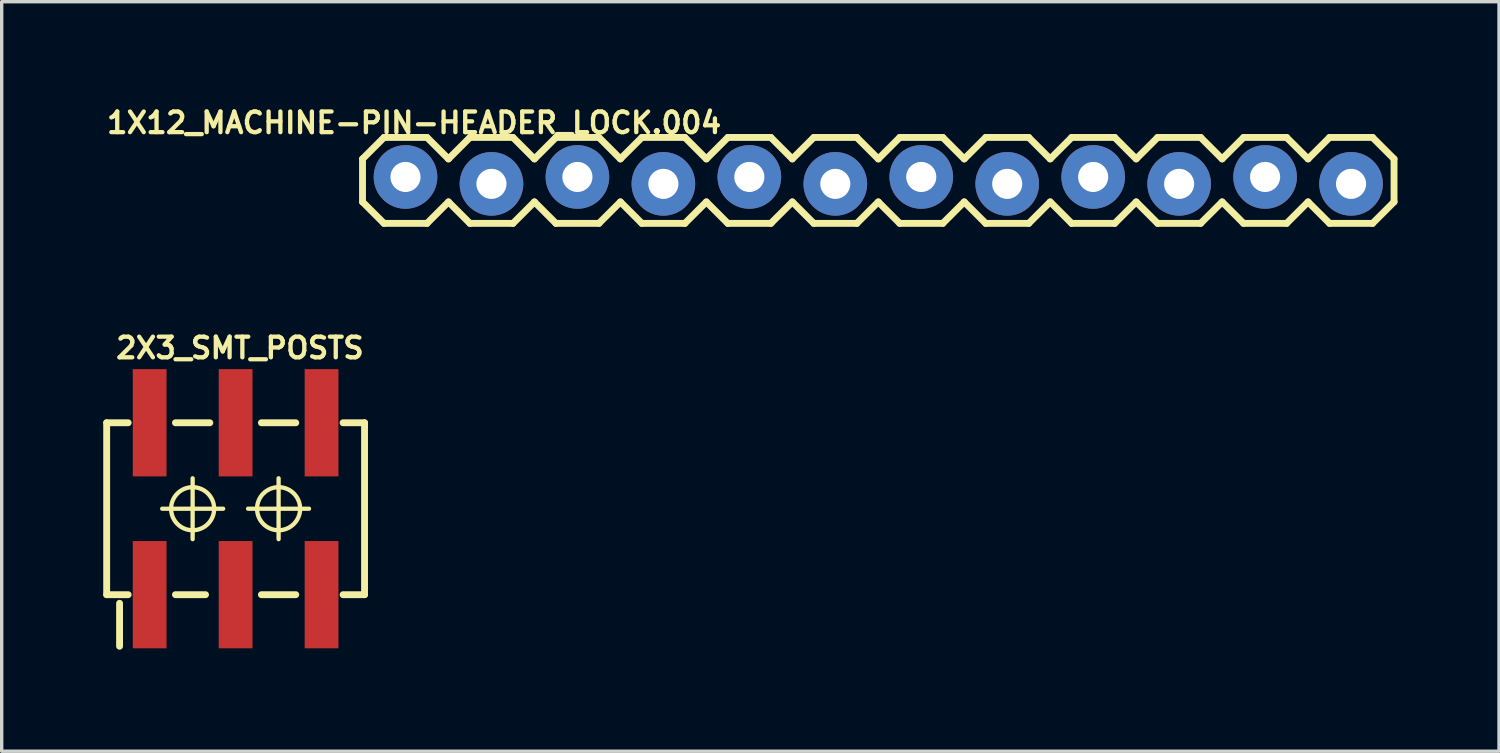
<source format=kicad_pcb>
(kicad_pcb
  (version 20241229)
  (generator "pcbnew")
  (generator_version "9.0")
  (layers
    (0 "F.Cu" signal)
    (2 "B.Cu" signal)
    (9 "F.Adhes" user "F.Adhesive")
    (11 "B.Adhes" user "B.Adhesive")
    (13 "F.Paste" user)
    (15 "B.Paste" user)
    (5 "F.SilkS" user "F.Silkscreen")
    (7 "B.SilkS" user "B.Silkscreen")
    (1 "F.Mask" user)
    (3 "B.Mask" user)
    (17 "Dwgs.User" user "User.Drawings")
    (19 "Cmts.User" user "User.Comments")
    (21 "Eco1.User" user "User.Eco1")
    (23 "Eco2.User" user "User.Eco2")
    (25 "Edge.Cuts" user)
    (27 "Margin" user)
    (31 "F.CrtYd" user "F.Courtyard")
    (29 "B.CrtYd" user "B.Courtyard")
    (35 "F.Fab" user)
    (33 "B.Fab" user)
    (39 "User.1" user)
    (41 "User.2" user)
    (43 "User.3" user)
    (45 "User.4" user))
  (footprint "2X3_SMT_POSTS"
    (layer "F.Cu")
    (at 3.912 11.982)
    (property "Reference" "2X3_SMT_POSTS" (at 0.127 -4.75 0) (layer "F.SilkS") (effects (font (size 0.61 0.61) (thickness 0.127))))
    (attr smd)
    (fp_line (start -3.81 -2.54) (end -3.81 2.54) (stroke (width 0.203) (type solid)) (layer "F.SilkS"))
    (fp_line (start -3.81 2.54) (end -3.175 2.54) (stroke (width 0.203) (type solid)) (layer "F.SilkS"))
    (fp_line (start -3.429 4.064) (end -3.429 2.794) (stroke (width 0.203) (type solid)) (layer "F.SilkS"))
    (fp_line (start -3.175 -2.54) (end -3.81 -2.54) (stroke (width 0.203) (type solid)) (layer "F.SilkS"))
    (fp_line (start -2.169 0) (end -0.368 0) (stroke (width 0.127) (type solid)) (layer "F.SilkS"))
    (fp_line (start -1.778 -2.54) (end -0.762 -2.54) (stroke (width 0.203) (type solid)) (layer "F.SilkS"))
    (fp_line (start -1.778 2.54) (end -0.889 2.54) (stroke (width 0.203) (type solid)) (layer "F.SilkS"))
    (fp_line (start -1.27 0.899) (end -1.27 -0.899) (stroke (width 0.127) (type solid)) (layer "F.SilkS"))
    (fp_line (start 0.368 0) (end 2.169 0) (stroke (width 0.127) (type solid)) (layer "F.SilkS"))
    (fp_line (start 0.762 -2.54) (end 1.778 -2.54) (stroke (width 0.203) (type solid)) (layer "F.SilkS"))
    (fp_line (start 0.762 2.54) (end 1.778 2.54) (stroke (width 0.203) (type solid)) (layer "F.SilkS"))
    (fp_line (start 1.27 0.899) (end 1.27 -0.899) (stroke (width 0.127) (type solid)) (layer "F.SilkS"))
    (fp_line (start 3.175 -2.54) (end 3.81 -2.54) (stroke (width 0.203) (type solid)) (layer "F.SilkS"))
    (fp_line (start 3.81 -2.54) (end 3.81 2.54) (stroke (width 0.203) (type solid)) (layer "F.SilkS"))
    (fp_line (start 3.81 2.54) (end 3.175 2.54) (stroke (width 0.203) (type solid)) (layer "F.SilkS"))
    (fp_circle (center -1.27 0) (end -1.72 0.45) (stroke (width 0.127) (type solid)) (fill no) (layer "F.SilkS"))
    (fp_circle (center 1.27 0) (end 1.72 0.45) (stroke (width 0.127) (type solid)) (fill no) (layer "F.SilkS"))
    (pad "1" smd rect (at -2.54 2.54 90) (size 3.17 0.998) (layers "F.Cu" "F.Mask" "F.Paste"))
    (pad "2" smd rect (at -2.54 -2.54 90) (size 3.17 0.998) (layers "F.Cu" "F.Mask" "F.Paste"))
    (pad "3" smd rect (at 0 2.54 90) (size 3.17 0.998) (layers "F.Cu" "F.Mask" "F.Paste"))
    (pad "4" smd rect (at 0 -2.54 90) (size 3.17 0.998) (layers "F.Cu" "F.Mask" "F.Paste"))
    (pad "5" smd rect (at 2.54 2.54 90) (size 3.17 0.998) (layers "F.Cu" "F.Mask" "F.Paste"))
    (pad "6" smd rect (at 2.54 -2.54 90) (size 3.17 0.998) (layers "F.Cu" "F.Mask" "F.Paste")))
  (footprint "1X12_MACHINE-PIN-HEADER_LOCK.004"
    (layer "F.Cu")
    (at 8.932 2.281)
    (property "Reference" "1X12_MACHINE-PIN-HEADER_LOCK.004" (at 0.254 -1.702 0) (layer "F.SilkS") (effects (font (size 0.61 0.61) (thickness 0.127))))
    (attr exclude_from_pos_files exclude_from_bom)
    (fp_line (start -1.27 -0.635) (end -1.27 0.635) (stroke (width 0.203) (type solid)) (layer "F.SilkS"))
    (fp_line (start -1.27 0.635) (end -0.635 1.27) (stroke (width 0.203) (type solid)) (layer "F.SilkS"))
    (fp_line (start -0.635 -1.27) (end -1.27 -0.635) (stroke (width 0.203) (type solid)) (layer "F.SilkS"))
    (fp_line (start -0.635 -1.27) (end 0.635 -1.27) (stroke (width 0.203) (type solid)) (layer "F.SilkS"))
    (fp_line (start 0.635 -1.27) (end 1.27 -0.635) (stroke (width 0.203) (type solid)) (layer "F.SilkS"))
    (fp_line (start 0.635 1.27) (end -0.635 1.27) (stroke (width 0.203) (type solid)) (layer "F.SilkS"))
    (fp_line (start 1.27 -0.635) (end 1.905 -1.27) (stroke (width 0.203) (type solid)) (layer "F.SilkS"))
    (fp_line (start 1.27 0.635) (end 0.635 1.27) (stroke (width 0.203) (type solid)) (layer "F.SilkS"))
    (fp_line (start 1.905 -1.27) (end 3.175 -1.27) (stroke (width 0.203) (type solid)) (layer "F.SilkS"))
    (fp_line (start 1.905 1.27) (end 1.27 0.635) (stroke (width 0.203) (type solid)) (layer "F.SilkS"))
    (fp_line (start 3.175 -1.27) (end 3.81 -0.635) (stroke (width 0.203) (type solid)) (layer "F.SilkS"))
    (fp_line (start 3.175 1.27) (end 1.905 1.27) (stroke (width 0.203) (type solid)) (layer "F.SilkS"))
    (fp_line (start 3.81 -0.635) (end 4.445 -1.27) (stroke (width 0.203) (type solid)) (layer "F.SilkS"))
    (fp_line (start 3.81 0.635) (end 3.175 1.27) (stroke (width 0.203) (type solid)) (layer "F.SilkS"))
    (fp_line (start 4.445 -1.27) (end 5.715 -1.27) (stroke (width 0.203) (type solid)) (layer "F.SilkS"))
    (fp_line (start 4.445 1.27) (end 3.81 0.635) (stroke (width 0.203) (type solid)) (layer "F.SilkS"))
    (fp_line (start 5.715 -1.27) (end 6.35 -0.635) (stroke (width 0.203) (type solid)) (layer "F.SilkS"))
    (fp_line (start 5.715 1.27) (end 4.445 1.27) (stroke (width 0.203) (type solid)) (layer "F.SilkS"))
    (fp_line (start 6.35 0.635) (end 5.715 1.27) (stroke (width 0.203) (type solid)) (layer "F.SilkS"))
    (fp_line (start 6.35 0.635) (end 6.985 1.27) (stroke (width 0.203) (type solid)) (layer "F.SilkS"))
    (fp_line (start 6.985 -1.27) (end 6.35 -0.635) (stroke (width 0.203) (type solid)) (layer "F.SilkS"))
    (fp_line (start 6.985 -1.27) (end 8.255 -1.27) (stroke (width 0.203) (type solid)) (layer "F.SilkS"))
    (fp_line (start 8.255 -1.27) (end 8.89 -0.635) (stroke (width 0.203) (type solid)) (layer "F.SilkS"))
    (fp_line (start 8.255 1.27) (end 6.985 1.27) (stroke (width 0.203) (type solid)) (layer "F.SilkS"))
    (fp_line (start 8.89 -0.635) (end 9.525 -1.27) (stroke (width 0.203) (type solid)) (layer "F.SilkS"))
    (fp_line (start 8.89 0.635) (end 8.255 1.27) (stroke (width 0.203) (type solid)) (layer "F.SilkS"))
    (fp_line (start 9.525 -1.27) (end 10.795 -1.27) (stroke (width 0.203) (type solid)) (layer "F.SilkS"))
    (fp_line (start 9.525 1.27) (end 8.89 0.635) (stroke (width 0.203) (type solid)) (layer "F.SilkS"))
    (fp_line (start 10.795 -1.27) (end 11.43 -0.635) (stroke (width 0.203) (type solid)) (layer "F.SilkS"))
    (fp_line (start 10.795 1.27) (end 9.525 1.27) (stroke (width 0.203) (type solid)) (layer "F.SilkS"))
    (fp_line (start 11.43 -0.635) (end 12.065 -1.27) (stroke (width 0.203) (type solid)) (layer "F.SilkS"))
    (fp_line (start 11.43 0.635) (end 10.795 1.27) (stroke (width 0.203) (type solid)) (layer "F.SilkS"))
    (fp_line (start 12.065 -1.27) (end 13.335 -1.27) (stroke (width 0.203) (type solid)) (layer "F.SilkS"))
    (fp_line (start 12.065 1.27) (end 11.43 0.635) (stroke (width 0.203) (type solid)) (layer "F.SilkS"))
    (fp_line (start 13.335 -1.27) (end 13.97 -0.635) (stroke (width 0.203) (type solid)) (layer "F.SilkS"))
    (fp_line (start 13.335 1.27) (end 12.065 1.27) (stroke (width 0.203) (type solid)) (layer "F.SilkS"))
    (fp_line (start 13.97 0.635) (end 13.335 1.27) (stroke (width 0.203) (type solid)) (layer "F.SilkS"))
    (fp_line (start 13.97 0.635) (end 14.605 1.27) (stroke (width 0.203) (type solid)) (layer "F.SilkS"))
    (fp_line (start 14.605 -1.27) (end 13.97 -0.635) (stroke (width 0.203) (type solid)) (layer "F.SilkS"))
    (fp_line (start 14.605 -1.27) (end 15.875 -1.27) (stroke (width 0.203) (type solid)) (layer "F.SilkS"))
    (fp_line (start 15.875 -1.27) (end 16.51 -0.635) (stroke (width 0.203) (type solid)) (layer "F.SilkS"))
    (fp_line (start 15.875 1.27) (end 14.605 1.27) (stroke (width 0.203) (type solid)) (layer "F.SilkS"))
    (fp_line (start 16.51 -0.635) (end 17.145 -1.27) (stroke (width 0.203) (type solid)) (layer "F.SilkS"))
    (fp_line (start 16.51 0.635) (end 15.875 1.27) (stroke (width 0.203) (type solid)) (layer "F.SilkS"))
    (fp_line (start 17.145 -1.27) (end 18.415 -1.27) (stroke (width 0.203) (type solid)) (layer "F.SilkS"))
    (fp_line (start 17.145 1.27) (end 16.51 0.635) (stroke (width 0.203) (type solid)) (layer "F.SilkS"))
    (fp_line (start 18.415 -1.27) (end 19.05 -0.635) (stroke (width 0.203) (type solid)) (layer "F.SilkS"))
    (fp_line (start 18.415 1.27) (end 17.145 1.27) (stroke (width 0.203) (type solid)) (layer "F.SilkS"))
    (fp_line (start 19.05 -0.635) (end 19.685 -1.27) (stroke (width 0.203) (type solid)) (layer "F.SilkS"))
    (fp_line (start 19.05 0.635) (end 18.415 1.27) (stroke (width 0.203) (type solid)) (layer "F.SilkS"))
    (fp_line (start 19.685 -1.27) (end 20.955 -1.27) (stroke (width 0.203) (type solid)) (layer "F.SilkS"))
    (fp_line (start 19.685 1.27) (end 19.05 0.635) (stroke (width 0.203) (type solid)) (layer "F.SilkS"))
    (fp_line (start 20.955 -1.27) (end 21.59 -0.635) (stroke (width 0.203) (type solid)) (layer "F.SilkS"))
    (fp_line (start 20.955 1.27) (end 19.685 1.27) (stroke (width 0.203) (type solid)) (layer "F.SilkS"))
    (fp_line (start 21.59 0.635) (end 20.955 1.27) (stroke (width 0.203) (type solid)) (layer "F.SilkS"))
    (fp_line (start 21.59 0.635) (end 22.225 1.27) (stroke (width 0.203) (type solid)) (layer "F.SilkS"))
    (fp_line (start 22.225 -1.27) (end 21.59 -0.635) (stroke (width 0.203) (type solid)) (layer "F.SilkS"))
    (fp_line (start 22.225 -1.27) (end 23.495 -1.27) (stroke (width 0.203) (type solid)) (layer "F.SilkS"))
    (fp_line (start 23.495 -1.27) (end 24.13 -0.635) (stroke (width 0.203) (type solid)) (layer "F.SilkS"))
    (fp_line (start 23.495 1.27) (end 22.225 1.27) (stroke (width 0.203) (type solid)) (layer "F.SilkS"))
    (fp_line (start 24.13 -0.635) (end 24.765 -1.27) (stroke (width 0.203) (type solid)) (layer "F.SilkS"))
    (fp_line (start 24.13 0.635) (end 23.495 1.27) (stroke (width 0.203) (type solid)) (layer "F.SilkS"))
    (fp_line (start 24.765 -1.27) (end 26.035 -1.27) (stroke (width 0.203) (type solid)) (layer "F.SilkS"))
    (fp_line (start 24.765 1.27) (end 24.13 0.635) (stroke (width 0.203) (type solid)) (layer "F.SilkS"))
    (fp_line (start 26.035 -1.27) (end 26.67 -0.635) (stroke (width 0.203) (type solid)) (layer "F.SilkS"))
    (fp_line (start 26.035 1.27) (end 24.765 1.27) (stroke (width 0.203) (type solid)) (layer "F.SilkS"))
    (fp_line (start 26.67 -0.635) (end 27.305 -1.27) (stroke (width 0.203) (type solid)) (layer "F.SilkS"))
    (fp_line (start 26.67 0.635) (end 26.035 1.27) (stroke (width 0.203) (type solid)) (layer "F.SilkS"))
    (fp_line (start 27.305 -1.27) (end 28.575 -1.27) (stroke (width 0.203) (type solid)) (layer "F.SilkS"))
    (fp_line (start 27.305 1.27) (end 26.67 0.635) (stroke (width 0.203) (type solid)) (layer "F.SilkS"))
    (fp_line (start 28.575 -1.27) (end 29.21 -0.635) (stroke (width 0.203) (type solid)) (layer "F.SilkS"))
    (fp_line (start 28.575 1.27) (end 27.305 1.27) (stroke (width 0.203) (type solid)) (layer "F.SilkS"))
    (fp_line (start 29.21 -0.635) (end 29.21 0.635) (stroke (width 0.203) (type solid)) (layer "F.SilkS"))
    (fp_line (start 29.21 0.635) (end 28.575 1.27) (stroke (width 0.203) (type solid)) (layer "F.SilkS"))
    (fp_circle (center 0 0) (end -0.165 0.165) (stroke (width 0.013) (type solid)) (fill no) (layer "Dwgs.User"))
    (fp_circle (center 2.54 0) (end 2.705 0.165) (stroke (width 0.013) (type solid)) (fill no) (layer "Dwgs.User"))
    (fp_circle (center 5.08 0) (end 5.245 0.165) (stroke (width 0.013) (type solid)) (fill no) (layer "Dwgs.User"))
    (fp_circle (center 7.62 0) (end 7.785 0.165) (stroke (width 0.013) (type solid)) (fill no) (layer "Dwgs.User"))
    (fp_circle (center 10.16 0) (end 10.325 0.165) (stroke (width 0.013) (type solid)) (fill no) (layer "Dwgs.User"))
    (fp_circle (center 12.7 0) (end 12.865 0.165) (stroke (width 0.013) (type solid)) (fill no) (layer "Dwgs.User"))
    (fp_circle (center 15.24 0) (end 15.405 0.165) (stroke (width 0.013) (type solid)) (fill no) (layer "Dwgs.User"))
    (fp_circle (center 17.78 0) (end 17.945 0.165) (stroke (width 0.013) (type solid)) (fill no) (layer "Dwgs.User"))
    (fp_circle (center 20.32 0) (end 20.485 0.165) (stroke (width 0.013) (type solid)) (fill no) (layer "Dwgs.User"))
    (fp_circle (center 22.86 0) (end 23.025 0.165) (stroke (width 0.013) (type solid)) (fill no) (layer "Dwgs.User"))
    (fp_circle (center 25.4 0) (end 25.565 0.165) (stroke (width 0.013) (type solid)) (fill no) (layer "Dwgs.User"))
    (fp_circle (center 27.94 0) (end 28.105 0.165) (stroke (width 0.013) (type solid)) (fill no) (layer "Dwgs.User"))
    (pad "1" thru_hole circle (at 0 -0.102) (size 1.88 1.88) (drill 0.889) (layers "*.Cu" "*.Paste" "*.Mask"))
    (pad "2" thru_hole circle (at 2.54 0.102) (size 1.88 1.88) (drill 0.889) (layers "*.Cu" "*.Paste" "*.Mask"))
    (pad "3" thru_hole circle (at 5.08 -0.102) (size 1.88 1.88) (drill 0.889) (layers "*.Cu" "*.Paste" "*.Mask"))
    (pad "4" thru_hole circle (at 7.62 0.102) (size 1.88 1.88) (drill 0.889) (layers "*.Cu" "*.Paste" "*.Mask"))
    (pad "5" thru_hole circle (at 10.16 -0.102) (size 1.88 1.88) (drill 0.889) (layers "*.Cu" "*.Paste" "*.Mask"))
    (pad "6" thru_hole circle (at 12.7 0.102) (size 1.88 1.88) (drill 0.889) (layers "*.Cu" "*.Paste" "*.Mask"))
    (pad "7" thru_hole circle (at 15.24 -0.102) (size 1.88 1.88) (drill 0.889) (layers "*.Cu" "*.Paste" "*.Mask"))
    (pad "8" thru_hole circle (at 17.78 0.102) (size 1.88 1.88) (drill 0.889) (layers "*.Cu" "*.Paste" "*.Mask"))
    (pad "9" thru_hole circle (at 20.32 -0.102) (size 1.88 1.88) (drill 0.889) (layers "*.Cu" "*.Paste" "*.Mask"))
    (pad "10" thru_hole circle (at 22.86 0.102) (size 1.88 1.88) (drill 0.889) (layers "*.Cu" "*.Paste" "*.Mask"))
    (pad "11" thru_hole circle (at 25.4 -0.102) (size 1.88 1.88) (drill 0.889) (layers "*.Cu" "*.Paste" "*.Mask"))
    (pad "12" thru_hole circle (at 27.94 0.102) (size 1.88 1.88) (drill 0.889) (layers "*.Cu" "*.Paste" "*.Mask")))
  (gr_rect
    (start -3 -3)
    (end 41.244 19.148)
    (stroke (width 0.1) (type default))
    (fill no)
    (layer "Edge.Cuts")))
</source>
